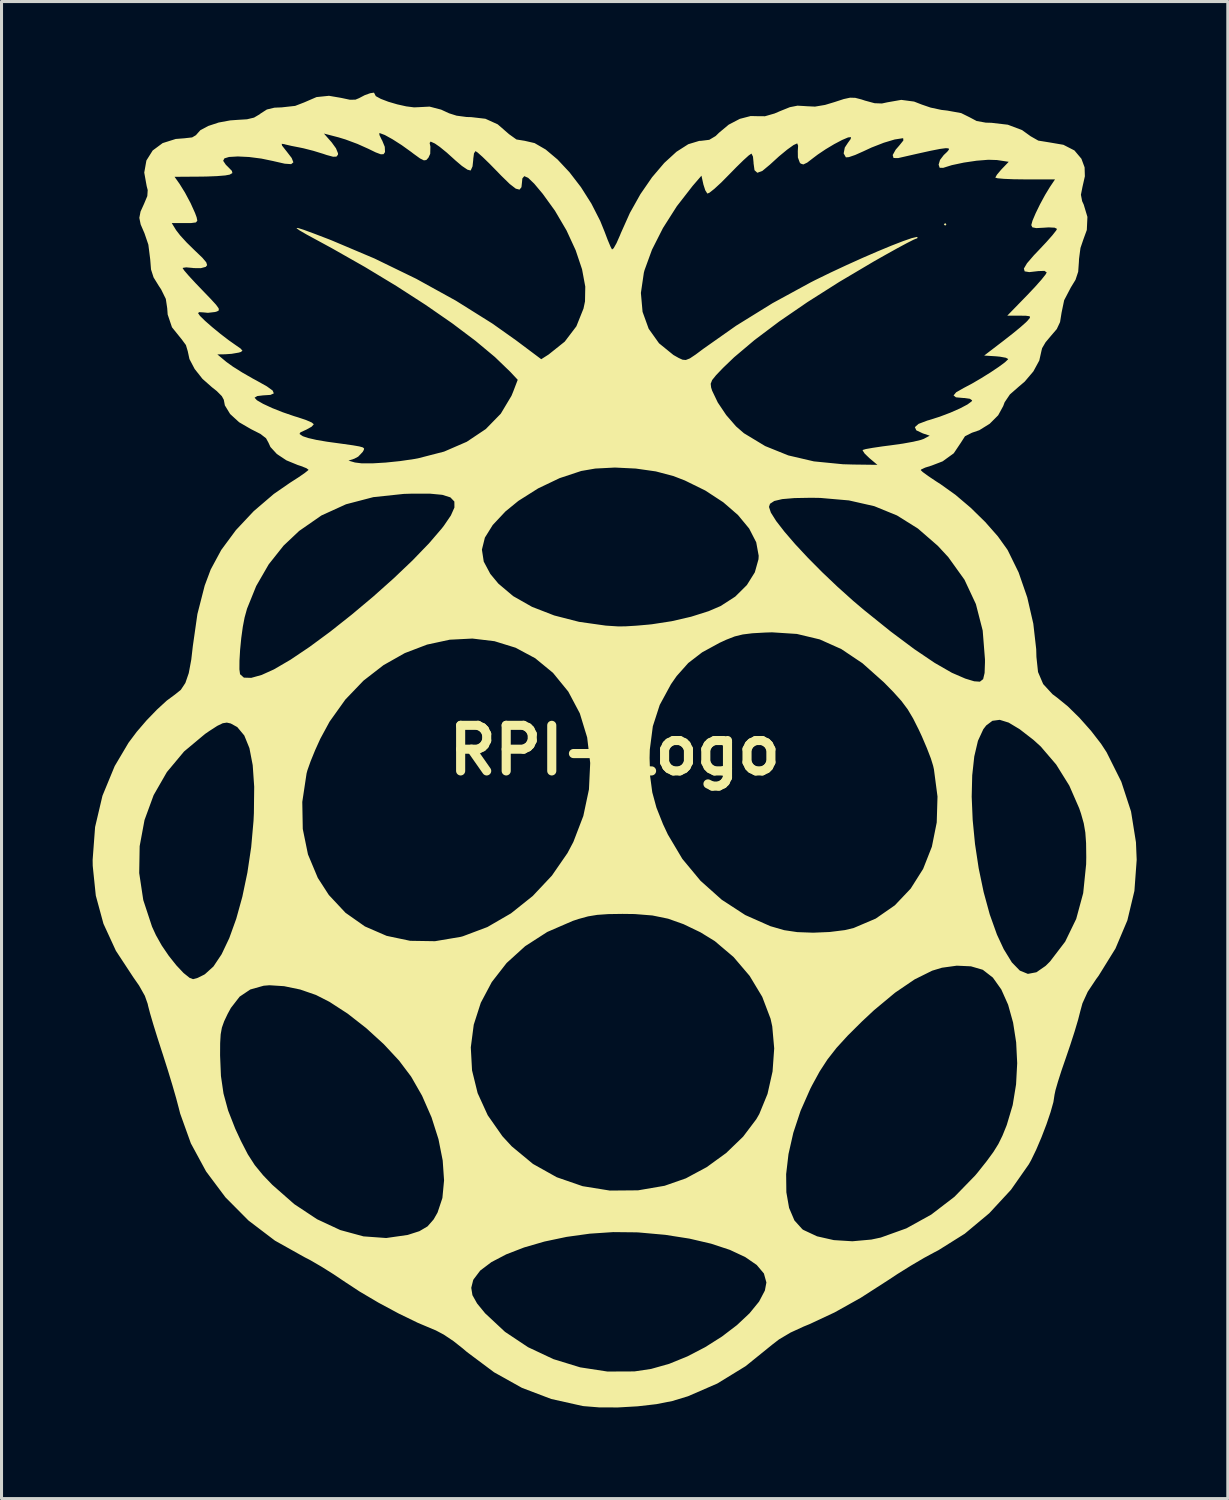
<source format=kicad_pcb>
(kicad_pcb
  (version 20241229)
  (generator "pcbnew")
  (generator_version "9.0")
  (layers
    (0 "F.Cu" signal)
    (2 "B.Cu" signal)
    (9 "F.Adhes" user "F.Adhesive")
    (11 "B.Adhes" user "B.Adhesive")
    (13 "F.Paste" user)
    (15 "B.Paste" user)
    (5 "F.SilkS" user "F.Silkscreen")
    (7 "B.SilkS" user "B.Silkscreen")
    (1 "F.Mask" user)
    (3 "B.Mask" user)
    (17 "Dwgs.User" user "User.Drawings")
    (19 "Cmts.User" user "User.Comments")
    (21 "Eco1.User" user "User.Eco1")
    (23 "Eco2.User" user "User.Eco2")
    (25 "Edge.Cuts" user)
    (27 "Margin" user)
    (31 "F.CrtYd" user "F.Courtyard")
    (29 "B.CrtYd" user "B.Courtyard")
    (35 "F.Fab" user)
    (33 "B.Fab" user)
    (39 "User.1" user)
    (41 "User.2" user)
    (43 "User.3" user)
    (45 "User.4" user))
  (footprint "RPI-Logo"
    (layer "F.Cu")
    (at 17.187 21.652)
    (property "Reference" "RPI-Logo" (at 0 0 0) (layer "F.SilkS") (effects (font (size 1.5 1.5) (thickness 0.3))))
    (attr board_only exclude_from_pos_files exclude_from_bom)
    (fp_poly (pts (xy 10.922 -17.314) (xy 10.88 -17.272) (xy 10.837 -17.314) (xy 10.88 -17.357)) (stroke (width 0) (type solid)) (fill yes) (layer "F.SilkS"))
    (fp_poly (pts (xy -7.903 -21.611) (xy -7.865 -21.537) (xy -7.7 -21.447) (xy -7.451 -21.352) (xy -7.158 -21.266) (xy -6.862 -21.2) (xy -6.605 -21.167) (xy -6.446 -21.174) (xy -6.094 -21.192) (xy -5.714 -21.093) (xy -5.452 -20.972) (xy -5.206 -20.894) (xy -4.876 -20.85) (xy -4.723 -20.846) (xy -4.256 -20.792) (xy -3.852 -20.609) (xy -3.476 -20.283) (xy -3.234 -20.11) (xy -2.961 -20.066) (xy -2.637 -19.991) (xy -2.271 -19.779) (xy -1.882 -19.452) (xy -1.489 -19.032) (xy -1.111 -18.541) (xy -0.768 -18) (xy -0.477 -17.43) (xy -0.335 -17.08) (xy -0.229 -16.801) (xy -0.139 -16.587) (xy -0.088 -16.488) (xy -0.034 -16.529) (xy 0.06 -16.696) (xy 0.175 -16.956) (xy 0.203 -17.026) (xy 0.501 -17.692) (xy 0.849 -18.312) (xy 1.231 -18.866) (xy 1.632 -19.337) (xy 2.035 -19.706) (xy 2.423 -19.954) (xy 2.782 -20.063) (xy 2.849 -20.066) (xy 3.115 -20.099) (xy 3.325 -20.224) (xy 3.434 -20.331) (xy 3.753 -20.597) (xy 4.12 -20.789) (xy 4.479 -20.882) (xy 4.694 -20.877) (xy 4.948 -20.875) (xy 5.262 -20.965) (xy 5.446 -21.044) (xy 5.766 -21.173) (xy 6.02 -21.223) (xy 6.283 -21.208) (xy 6.297 -21.206) (xy 6.595 -21.192) (xy 6.927 -21.248) (xy 7.239 -21.342) (xy 7.542 -21.441) (xy 7.749 -21.486) (xy 7.921 -21.481) (xy 8.122 -21.429) (xy 8.243 -21.389) (xy 8.557 -21.304) (xy 8.798 -21.295) (xy 8.974 -21.333) (xy 9.435 -21.414) (xy 9.857 -21.358) (xy 10.112 -21.259) (xy 10.401 -21.16) (xy 10.755 -21.084) (xy 10.946 -21.062) (xy 11.406 -20.979) (xy 11.683 -20.842) (xy 11.917 -20.718) (xy 12.217 -20.664) (xy 12.403 -20.659) (xy 12.944 -20.596) (xy 13.413 -20.419) (xy 13.693 -20.217) (xy 13.946 -20.073) (xy 14.299 -20.016) (xy 14.773 -19.935) (xy 15.136 -19.749) (xy 15.366 -19.476) (xy 15.471 -19.193) (xy 15.48 -18.898) (xy 15.4 -18.544) (xy 15.35 -18.29) (xy 15.39 -18.079) (xy 15.442 -17.967) (xy 15.564 -17.561) (xy 15.544 -17.13) (xy 15.432 -16.823) (xy 15.335 -16.538) (xy 15.287 -16.173) (xy 15.284 -16.087) (xy 15.26 -15.755) (xy 15.172 -15.49) (xy 15.019 -15.24) (xy 14.798 -14.817) (xy 14.713 -14.409) (xy 14.663 -14.098) (xy 14.555 -13.868) (xy 14.363 -13.644) (xy 14.185 -13.432) (xy 14.073 -13.24) (xy 14.053 -13.162) (xy 13.979 -12.832) (xy 13.784 -12.474) (xy 13.5 -12.139) (xy 13.31 -11.977) (xy 13.012 -11.716) (xy 12.838 -11.458) (xy 12.791 -11.332) (xy 12.626 -11.03) (xy 12.346 -10.75) (xy 12.004 -10.538) (xy 11.762 -10.455) (xy 11.533 -10.339) (xy 11.396 -10.125) (xy 11.163 -9.778) (xy 10.797 -9.513) (xy 10.438 -9.375) (xy 10.22 -9.306) (xy 10.09 -9.245) (xy 10.075 -9.226) (xy 10.142 -9.161) (xy 10.321 -9.03) (xy 10.581 -8.856) (xy 10.732 -8.759) (xy 11.218 -8.412) (xy 11.721 -7.985) (xy 12.2 -7.516) (xy 12.614 -7.046) (xy 12.923 -6.615) (xy 12.943 -6.582) (xy 13.298 -5.858) (xy 13.583 -5.034) (xy 13.782 -4.171) (xy 13.878 -3.328) (xy 13.885 -3.074) (xy 13.938 -2.577) (xy 14.107 -2.181) (xy 14.413 -1.848) (xy 14.568 -1.732) (xy 14.915 -1.45) (xy 15.302 -1.07) (xy 15.683 -0.641) (xy 16.014 -0.213) (xy 16.195 0.064) (xy 16.679 1.033) (xy 17 2.015) (xy 17.162 3.028) (xy 17.186 3.606) (xy 17.111 4.629) (xy 16.879 5.599) (xy 16.487 6.527) (xy 15.931 7.425) (xy 15.85 7.535) (xy 15.573 7.951) (xy 15.4 8.331) (xy 15.329 8.591) (xy 15.257 8.872) (xy 15.142 9.259) (xy 14.999 9.702) (xy 14.849 10.142) (xy 14.709 10.548) (xy 14.594 10.909) (xy 14.513 11.188) (xy 14.479 11.349) (xy 14.478 11.36) (xy 14.444 11.581) (xy 14.351 11.912) (xy 14.216 12.312) (xy 14.053 12.737) (xy 13.879 13.146) (xy 13.71 13.496) (xy 13.634 13.631) (xy 13.048 14.468) (xy 12.334 15.24) (xy 11.526 15.915) (xy 10.66 16.458) (xy 10.544 16.518) (xy 10.185 16.712) (xy 9.752 16.967) (xy 9.306 17.245) (xy 9.02 17.434) (xy 8.098 18.027) (xy 7.243 18.505) (xy 6.421 18.89) (xy 6.223 18.971) (xy 5.79 19.17) (xy 5.409 19.396) (xy 5.194 19.562) (xy 4.311 20.276) (xy 3.378 20.848) (xy 2.413 21.267) (xy 1.895 21.424) (xy 1.372 21.527) (xy 0.756 21.598) (xy 0.11 21.635) (xy -0.503 21.634) (xy -1.021 21.592) (xy -1.058 21.587) (xy -2.09 21.356) (xy -3.053 20.99) (xy -3.97 20.478) (xy -4.864 19.81) (xy -5.005 19.69) (xy -5.31 19.449) (xy -5.627 19.237) (xy -5.893 19.096) (xy -5.919 19.086) (xy -6.477 18.851) (xy -7.113 18.542) (xy -7.77 18.189) (xy -8.394 17.821) (xy -8.582 17.697) (xy -4.722 17.697) (xy -4.683 17.939) (xy -4.53 18.212) (xy -4.264 18.537) (xy -3.611 19.146) (xy -2.853 19.651) (xy -2.018 20.044) (xy -1.136 20.315) (xy -0.237 20.453) (xy 0.65 20.449) (xy 1.199 20.367) (xy 1.792 20.2) (xy 2.393 19.955) (xy 2.98 19.65) (xy 3.532 19.301) (xy 4.026 18.924) (xy 4.44 18.535) (xy 4.754 18.15) (xy 4.945 17.786) (xy 4.995 17.521) (xy 4.913 17.225) (xy 4.676 16.944) (xy 4.298 16.684) (xy 3.794 16.448) (xy 3.177 16.244) (xy 2.462 16.077) (xy 1.663 15.952) (xy 0.793 15.874) (xy 0.72 15.87) (xy -0.047 15.862) (xy -0.822 15.914) (xy -1.584 16.02) (xy -2.311 16.173) (xy -2.98 16.367) (xy -3.57 16.595) (xy -4.059 16.851) (xy -4.426 17.128) (xy -4.647 17.42) (xy -4.661 17.452) (xy -4.722 17.697) (xy -8.582 17.697) (xy -8.871 17.508) (xy -9.258 17.248) (xy -9.657 16.998) (xy -10.013 16.791) (xy -10.219 16.684) (xy -11.185 16.143) (xy -12.055 15.482) (xy -12.815 14.717) (xy -13.452 13.865) (xy -13.953 12.941) (xy -14.305 11.961) (xy -14.354 11.769) (xy -14.438 11.452) (xy -14.561 11.025) (xy -14.709 10.538) (xy -14.866 10.044) (xy -12.991 10.044) (xy -12.99 10.075) (xy -12.963 10.723) (xy -12.879 11.299) (xy -12.727 11.859) (xy -12.491 12.461) (xy -12.305 12.862) (xy -12.078 13.302) (xy -11.85 13.656) (xy -11.576 13.99) (xy -11.273 14.305) (xy -10.55 14.941) (xy -9.798 15.439) (xy -9.034 15.795) (xy -8.27 16.003) (xy -7.522 16.057) (xy -6.815 15.956) (xy -6.429 15.832) (xy -6.161 15.674) (xy -5.961 15.445) (xy -5.832 15.22) (xy -5.672 14.74) (xy -5.617 14.159) (xy -5.662 13.505) (xy -5.801 12.803) (xy -6.03 12.083) (xy -6.342 11.371) (xy -6.701 10.744) (xy -7.098 10.217) (xy -7.503 9.781) (xy -4.737 9.781) (xy -4.696 10.538) (xy -4.512 11.287) (xy -4.18 12.015) (xy -3.697 12.705) (xy -3.389 13.039) (xy -2.69 13.618) (xy -1.907 14.056) (xy -1.057 14.35) (xy -0.159 14.495) (xy 0.77 14.487) (xy 1.644 14.337) (xy 2.343 14.093) (xy 2.601 13.954) (xy 5.645 13.954) (xy 5.652 14.551) (xy 5.742 15.066) (xy 5.918 15.479) (xy 6.179 15.768) (xy 6.213 15.791) (xy 6.662 16.001) (xy 7.214 16.126) (xy 7.825 16.164) (xy 8.45 16.108) (xy 8.76 16.042) (xy 9.604 15.739) (xy 10.422 15.286) (xy 11.186 14.7) (xy 11.867 14) (xy 11.942 13.911) (xy 12.248 13.526) (xy 12.469 13.224) (xy 12.633 12.96) (xy 12.766 12.689) (xy 12.897 12.366) (xy 12.913 12.322) (xy 13.104 11.68) (xy 13.215 10.998) (xy 13.252 10.301) (xy 13.218 9.615) (xy 13.117 8.965) (xy 12.953 8.376) (xy 12.729 7.874) (xy 12.451 7.483) (xy 12.122 7.228) (xy 12.11 7.223) (xy 11.729 7.112) (xy 11.264 7.091) (xy 10.776 7.158) (xy 10.452 7.256) (xy 9.874 7.543) (xy 9.234 7.978) (xy 8.537 8.558) (xy 8.143 8.926) (xy 7.671 9.395) (xy 7.302 9.799) (xy 7.005 10.179) (xy 6.748 10.574) (xy 6.502 11.024) (xy 6.44 11.145) (xy 6.12 11.87) (xy 5.881 12.593) (xy 5.722 13.295) (xy 5.645 13.954) (xy 2.601 13.954) (xy 3.031 13.723) (xy 3.672 13.257) (xy 4.228 12.721) (xy 4.663 12.145) (xy 4.761 11.974) (xy 5.032 11.313) (xy 5.198 10.574) (xy 5.252 9.815) (xy 5.188 9.09) (xy 5.132 8.837) (xy 4.858 8.116) (xy 4.443 7.427) (xy 3.913 6.805) (xy 3.296 6.282) (xy 2.826 5.993) (xy 2.266 5.724) (xy 1.759 5.544) (xy 1.243 5.438) (xy 0.659 5.391) (xy 0.254 5.386) (xy -0.216 5.393) (xy -0.574 5.418) (xy -0.878 5.468) (xy -1.184 5.552) (xy -1.378 5.616) (xy -2.22 5.981) (xy -2.947 6.449) (xy -3.558 7.003) (xy -4.046 7.63) (xy -4.408 8.312) (xy -4.64 9.034) (xy -4.737 9.781) (xy -7.503 9.781) (xy -7.605 9.672) (xy -8.183 9.145) (xy -8.791 8.67) (xy -9.389 8.282) (xy -9.835 8.055) (xy -10.353 7.876) (xy -10.883 7.766) (xy -11.365 7.735) (xy -11.557 7.751) (xy -11.997 7.875) (xy -12.347 8.11) (xy -12.635 8.482) (xy -12.742 8.678) (xy -12.858 8.923) (xy -12.932 9.131) (xy -12.972 9.353) (xy -12.989 9.641) (xy -12.991 10.044) (xy -14.866 10.044) (xy -14.867 10.04) (xy -14.911 9.906) (xy -15.058 9.449) (xy -15.19 9.023) (xy -15.295 8.665) (xy -15.361 8.414) (xy -15.374 8.35) (xy -15.468 8.083) (xy -15.658 7.746) (xy -15.848 7.473) (xy -16.421 6.601) (xy -16.831 5.71) (xy -17.083 4.783) (xy -17.16 4.041) (xy -15.654 4.041) (xy -15.52 4.931) (xy -15.232 5.806) (xy -15.104 6.085) (xy -14.913 6.425) (xy -14.68 6.767) (xy -14.432 7.079) (xy -14.194 7.332) (xy -13.993 7.493) (xy -13.88 7.535) (xy -13.73 7.493) (xy -13.522 7.39) (xy -13.49 7.371) (xy -13.21 7.118) (xy -12.941 6.715) (xy -12.689 6.185) (xy -12.459 5.546) (xy -12.258 4.82) (xy -12.092 4.026) (xy -11.967 3.187) (xy -11.89 2.32) (xy -11.878 2.066) (xy -11.874 1.699) (xy -10.285 1.699) (xy -10.269 2.59) (xy -10.098 3.427) (xy -9.774 4.201) (xy -9.411 4.763) (xy -8.863 5.349) (xy -8.223 5.799) (xy -7.508 6.109) (xy -6.734 6.272) (xy -5.916 6.285) (xy -5.07 6.142) (xy -4.999 6.123) (xy -4.191 5.819) (xy -3.415 5.369) (xy -2.698 4.797) (xy -2.068 4.127) (xy -1.553 3.382) (xy -1.36 3.017) (xy -1.032 2.161) (xy -0.847 1.288) (xy -0.806 0.418) (xy -0.825 0.254) (xy 1.149 0.254) (xy 1.168 0.86) (xy 1.238 1.384) (xy 1.375 1.888) (xy 1.591 2.432) (xy 1.751 2.773) (xy 2.227 3.574) (xy 2.827 4.297) (xy 3.525 4.92) (xy 4.299 5.424) (xy 5.125 5.79) (xy 5.581 5.922) (xy 6.012 5.986) (xy 6.535 6.005) (xy 7.078 5.982) (xy 7.575 5.92) (xy 7.866 5.851) (xy 8.594 5.541) (xy 9.223 5.104) (xy 9.745 4.554) (xy 10.155 3.905) (xy 10.443 3.174) (xy 10.603 2.375) (xy 10.628 1.529) (xy 11.754 1.529) (xy 11.786 2.291) (xy 11.863 3.085) (xy 11.984 3.885) (xy 12.147 4.666) (xy 12.348 5.403) (xy 12.586 6.069) (xy 12.808 6.546) (xy 13.076 6.983) (xy 13.339 7.253) (xy 13.604 7.361) (xy 13.884 7.308) (xy 14.187 7.098) (xy 14.333 6.953) (xy 14.831 6.301) (xy 15.195 5.551) (xy 15.425 4.702) (xy 15.522 3.75) (xy 15.526 3.514) (xy 15.52 3.055) (xy 15.495 2.705) (xy 15.443 2.403) (xy 15.354 2.088) (xy 15.293 1.908) (xy 14.967 1.162) (xy 14.535 0.468) (xy 14.027 -0.125) (xy 13.786 -0.344) (xy 13.335 -0.693) (xy 12.971 -0.912) (xy 12.677 -1.003) (xy 12.436 -0.971) (xy 12.232 -0.818) (xy 12.136 -0.693) (xy 11.96 -0.313) (xy 11.839 0.201) (xy 11.771 0.824) (xy 11.754 1.529) (xy 10.628 1.529) (xy 10.628 1.521) (xy 10.511 0.629) (xy 10.484 0.508) (xy 10.409 0.266) (xy 10.278 -0.073) (xy 10.115 -0.455) (xy 10.013 -0.675) (xy 9.826 -1.047) (xy 9.647 -1.348) (xy 9.44 -1.625) (xy 9.172 -1.923) (xy 8.858 -2.243) (xy 8.158 -2.866) (xy 7.463 -3.332) (xy 6.751 -3.651) (xy 5.998 -3.831) (xy 5.181 -3.884) (xy 4.955 -3.877) (xy 4.531 -3.853) (xy 4.217 -3.814) (xy 3.952 -3.749) (xy 3.678 -3.642) (xy 3.456 -3.54) (xy 2.879 -3.225) (xy 2.422 -2.873) (xy 2.04 -2.444) (xy 1.853 -2.175) (xy 1.483 -1.493) (xy 1.256 -0.791) (xy 1.156 -0.021) (xy 1.149 0.254) (xy -0.825 0.254) (xy -0.906 -0.424) (xy -1.148 -1.217) (xy -1.527 -1.932) (xy -2.031 -2.55) (xy -2.615 -3.03) (xy -3.262 -3.377) (xy -3.957 -3.592) (xy -4.685 -3.679) (xy -5.431 -3.641) (xy -6.177 -3.48) (xy -6.91 -3.2) (xy -7.612 -2.803) (xy -8.27 -2.293) (xy -8.866 -1.672) (xy -9.386 -0.944) (xy -9.691 -0.381) (xy -9.861 -0.006) (xy -10.01 0.359) (xy -10.116 0.658) (xy -10.144 0.762) (xy -10.285 1.699) (xy -11.874 1.699) (xy -11.868 1.201) (xy -11.917 0.49) (xy -12.025 -0.071) (xy -12.194 -0.487) (xy -12.425 -0.764) (xy -12.64 -0.883) (xy -12.769 -0.912) (xy -12.904 -0.891) (xy -13.082 -0.805) (xy -13.342 -0.637) (xy -13.484 -0.54) (xy -14.177 0.039) (xy -14.743 0.717) (xy -15.179 1.476) (xy -15.479 2.295) (xy -15.639 3.156) (xy -15.654 4.041) (xy -17.16 4.041) (xy -17.184 3.802) (xy -17.187 3.606) (xy -17.106 2.525) (xy -16.864 1.497) (xy -16.461 0.52) (xy -16.006 -0.248) (xy -15.737 -0.607) (xy -15.413 -0.984) (xy -15.07 -1.339) (xy -14.748 -1.635) (xy -14.484 -1.83) (xy -14.481 -1.832) (xy -14.284 -1.99) (xy -14.134 -2.217) (xy -14.023 -2.54) (xy -13.999 -2.666) (xy -12.355 -2.666) (xy -12.334 -2.505) (xy -12.207 -2.392) (xy -11.965 -2.385) (xy -11.622 -2.481) (xy -11.218 -2.664) (xy -10.673 -2.982) (xy -10.046 -3.404) (xy -9.365 -3.906) (xy -8.658 -4.466) (xy -7.951 -5.059) (xy -7.274 -5.663) (xy -6.653 -6.254) (xy -6.313 -6.607) (xy -4.371 -6.607) (xy -4.311 -6.213) (xy -4.095 -5.808) (xy -3.829 -5.487) (xy -3.344 -5.077) (xy -2.723 -4.724) (xy -1.99 -4.439) (xy -1.172 -4.229) (xy -0.293 -4.105) (xy 0.127 -4.078) (xy 0.369 -4.082) (xy 0.715 -4.103) (xy 1.104 -4.137) (xy 1.228 -4.15) (xy 1.877 -4.25) (xy 2.517 -4.398) (xy 3.092 -4.58) (xy 3.489 -4.75) (xy 3.97 -5.061) (xy 4.352 -5.44) (xy 4.614 -5.859) (xy 4.735 -6.291) (xy 4.741 -6.405) (xy 4.66 -6.848) (xy 4.428 -7.3) (xy 4.06 -7.745) (xy 3.752 -8.013) (xy 5.08 -8.013) (xy 5.142 -7.826) (xy 5.317 -7.548) (xy 5.59 -7.196) (xy 5.944 -6.785) (xy 6.364 -6.335) (xy 6.833 -5.862) (xy 7.336 -5.384) (xy 7.856 -4.917) (xy 8.213 -4.615) (xy 9.088 -3.911) (xy 9.863 -3.332) (xy 10.535 -2.878) (xy 11.102 -2.552) (xy 11.543 -2.361) (xy 11.835 -2.272) (xy 12.024 -2.259) (xy 12.131 -2.343) (xy 12.179 -2.547) (xy 12.191 -2.893) (xy 12.191 -2.994) (xy 12.116 -3.943) (xy 11.892 -4.814) (xy 11.516 -5.617) (xy 10.982 -6.361) (xy 10.635 -6.735) (xy 9.983 -7.301) (xy 9.294 -7.732) (xy 8.545 -8.038) (xy 7.712 -8.227) (xy 6.769 -8.309) (xy 6.468 -8.314) (xy 5.916 -8.304) (xy 5.516 -8.27) (xy 5.254 -8.208) (xy 5.114 -8.116) (xy 5.08 -8.013) (xy 3.752 -8.013) (xy 3.573 -8.167) (xy 2.984 -8.552) (xy 2.309 -8.884) (xy 1.931 -9.03) (xy 1.355 -9.182) (xy 0.694 -9.276) (xy 0.008 -9.309) (xy -0.638 -9.276) (xy -1.102 -9.196) (xy -1.811 -8.961) (xy -2.521 -8.622) (xy -3.171 -8.211) (xy -3.596 -7.864) (xy -4.015 -7.417) (xy -4.273 -7.003) (xy -4.371 -6.607) (xy -6.313 -6.607) (xy -6.117 -6.809) (xy -5.692 -7.304) (xy -5.622 -7.395) (xy -5.393 -7.731) (xy -5.276 -7.993) (xy -5.278 -8.19) (xy -5.409 -8.327) (xy -5.677 -8.411) (xy -6.09 -8.45) (xy -6.659 -8.45) (xy -6.943 -8.441) (xy -7.945 -8.335) (xy -8.845 -8.1) (xy -9.655 -7.731) (xy -10.388 -7.222) (xy -10.902 -6.737) (xy -11.39 -6.122) (xy -11.802 -5.409) (xy -12.104 -4.662) (xy -12.184 -4.373) (xy -12.243 -4.067) (xy -12.294 -3.697) (xy -12.332 -3.309) (xy -12.353 -2.95) (xy -12.355 -2.666) (xy -13.999 -2.666) (xy -13.94 -2.984) (xy -13.888 -3.433) (xy -13.738 -4.485) (xy -13.498 -5.422) (xy -13.3 -5.952) (xy -12.952 -6.597) (xy -12.47 -7.249) (xy -11.883 -7.874) (xy -11.223 -8.439) (xy -10.689 -8.808) (xy -10.412 -8.986) (xy -10.201 -9.132) (xy -10.089 -9.222) (xy -10.079 -9.236) (xy -10.15 -9.288) (xy -10.333 -9.36) (xy -10.435 -9.393) (xy -10.807 -9.546) (xy -11.121 -9.754) (xy -11.334 -9.986) (xy -11.397 -10.125) (xy -11.478 -10.273) (xy -11.663 -10.416) (xy -11.976 -10.575) (xy -12.365 -10.801) (xy -12.66 -11.071) (xy -12.834 -11.356) (xy -12.869 -11.541) (xy -12.934 -11.66) (xy -13.1 -11.827) (xy -13.259 -11.953) (xy -13.571 -12.229) (xy -13.828 -12.554) (xy -14 -12.881) (xy -14.055 -13.137) (xy -14.116 -13.342) (xy -14.267 -13.546) (xy -14.274 -13.553) (xy -14.575 -13.927) (xy -14.717 -14.348) (xy -14.732 -14.556) (xy -14.778 -14.861) (xy -14.933 -15.176) (xy -15.007 -15.287) (xy -15.181 -15.569) (xy -15.265 -15.83) (xy -15.291 -16.157) (xy -15.353 -16.648) (xy -15.479 -17.018) (xy -15.606 -17.313) (xy -15.615 -17.357) (xy -14.582 -17.357) (xy -14.439 -17.124) (xy -14.306 -16.952) (xy -14.09 -16.716) (xy -13.836 -16.467) (xy -13.815 -16.447) (xy -13.574 -16.216) (xy -13.447 -16.066) (xy -13.418 -15.973) (xy -13.462 -15.917) (xy -13.625 -15.873) (xy -13.863 -15.876) (xy -13.906 -15.882) (xy -14.109 -15.9) (xy -14.218 -15.883) (xy -14.224 -15.873) (xy -14.168 -15.791) (xy -14.018 -15.617) (xy -13.796 -15.377) (xy -13.578 -15.15) (xy -13.298 -14.859) (xy -13.122 -14.667) (xy -13.038 -14.549) (xy -13.032 -14.484) (xy -13.091 -14.449) (xy -13.156 -14.43) (xy -13.391 -14.403) (xy -13.548 -14.418) (xy -13.682 -14.425) (xy -13.716 -14.392) (xy -13.654 -14.303) (xy -13.488 -14.14) (xy -13.253 -13.934) (xy -12.981 -13.711) (xy -12.706 -13.5) (xy -12.506 -13.359) (xy -12.316 -13.227) (xy -12.255 -13.156) (xy -12.307 -13.114) (xy -12.379 -13.093) (xy -12.613 -13.053) (xy -12.827 -13.038) (xy -13.081 -13.034) (xy -12.785 -12.787) (xy -12.571 -12.633) (xy -12.262 -12.438) (xy -11.913 -12.238) (xy -11.797 -12.176) (xy -11.451 -11.982) (xy -11.26 -11.843) (xy -11.222 -11.751) (xy -11.333 -11.701) (xy -11.578 -11.685) (xy -11.766 -11.663) (xy -11.853 -11.611) (xy -11.853 -11.605) (xy -11.778 -11.524) (xy -11.576 -11.407) (xy -11.282 -11.27) (xy -10.93 -11.13) (xy -10.554 -11.001) (xy -10.435 -10.965) (xy -10.165 -10.875) (xy -9.974 -10.792) (xy -9.906 -10.735) (xy -9.976 -10.655) (xy -10.147 -10.559) (xy -10.174 -10.547) (xy -10.346 -10.468) (xy -10.377 -10.414) (xy -10.282 -10.35) (xy -10.263 -10.339) (xy -10.095 -10.282) (xy -9.815 -10.218) (xy -9.479 -10.161) (xy -9.424 -10.153) (xy -8.948 -10.088) (xy -8.617 -10.041) (xy -8.405 -10.004) (xy -8.291 -9.972) (xy -8.25 -9.937) (xy -8.258 -9.892) (xy -8.292 -9.83) (xy -8.296 -9.823) (xy -8.444 -9.668) (xy -8.572 -9.6) (xy -8.763 -9.537) (xy -8.551 -9.475) (xy -8.325 -9.447) (xy -7.973 -9.447) (xy -7.539 -9.473) (xy -7.063 -9.522) (xy -6.587 -9.592) (xy -6.477 -9.612) (xy -5.616 -9.834) (xy -4.869 -10.158) (xy -4.244 -10.576) (xy -3.75 -11.082) (xy -3.398 -11.67) (xy -3.341 -11.809) (xy -3.192 -12.198) (xy -3.437 -12.46) (xy -3.941 -12.946) (xy -4.585 -13.483) (xy -5.352 -14.06) (xy -6.224 -14.664) (xy -7.186 -15.285) (xy -8.218 -15.909) (xy -9.306 -16.527) (xy -9.766 -16.777) (xy -10.14 -16.98) (xy -10.378 -17.118) (xy -10.477 -17.19) (xy -10.432 -17.197) (xy -10.242 -17.138) (xy -9.902 -17.013) (xy -9.409 -16.824) (xy -9.313 -16.786) (xy -7.907 -16.191) (xy -6.533 -15.523) (xy -5.227 -14.802) (xy -4.027 -14.05) (xy -3.248 -13.498) (xy -2.418 -12.876) (xy -2.177 -13.029) (xy -1.645 -13.454) (xy -1.261 -13.959) (xy -1.026 -14.545) (xy -0.977 -14.779) (xy -0.972 -15.057) (xy 0.863 -15.057) (xy 0.918 -14.436) (xy 1.119 -13.879) (xy 1.46 -13.4) (xy 1.935 -13.014) (xy 2.109 -12.916) (xy 2.234 -12.859) (xy 2.343 -12.85) (xy 2.475 -12.902) (xy 2.668 -13.031) (xy 2.914 -13.215) (xy 3.999 -13.979) (xy 5.196 -14.72) (xy 6.451 -15.404) (xy 6.604 -15.482) (xy 7.11 -15.729) (xy 7.637 -15.975) (xy 8.162 -16.212) (xy 8.661 -16.428) (xy 9.112 -16.615) (xy 9.491 -16.762) (xy 9.776 -16.861) (xy 9.942 -16.9) (xy 9.973 -16.895) (xy 9.957 -16.851) (xy 9.934 -16.849) (xy 9.836 -16.808) (xy 9.618 -16.697) (xy 9.302 -16.527) (xy 8.916 -16.312) (xy 8.531 -16.094) (xy 7.393 -15.42) (xy 6.35 -14.758) (xy 5.417 -14.118) (xy 4.607 -13.509) (xy 3.933 -12.94) (xy 3.566 -12.588) (xy 3.338 -12.35) (xy 3.209 -12.19) (xy 3.161 -12.068) (xy 3.175 -11.944) (xy 3.208 -11.84) (xy 3.394 -11.451) (xy 3.672 -11.037) (xy 3.995 -10.665) (xy 4.255 -10.439) (xy 4.955 -10.016) (xy 5.715 -9.709) (xy 6.559 -9.512) (xy 7.512 -9.418) (xy 7.859 -9.408) (xy 8.649 -9.398) (xy 8.385 -9.62) (xy 8.231 -9.768) (xy 8.164 -9.871) (xy 8.167 -9.888) (xy 8.265 -9.917) (xy 8.495 -9.958) (xy 8.818 -10.006) (xy 9.098 -10.042) (xy 9.487 -10.097) (xy 9.831 -10.159) (xy 10.082 -10.219) (xy 10.177 -10.254) (xy 10.371 -10.358) (xy 10.146 -10.433) (xy 9.93 -10.535) (xy 9.883 -10.639) (xy 10.005 -10.747) (xy 10.296 -10.857) (xy 10.351 -10.872) (xy 10.701 -10.983) (xy 11.052 -11.116) (xy 11.369 -11.256) (xy 11.614 -11.385) (xy 11.752 -11.487) (xy 11.769 -11.521) (xy 11.694 -11.573) (xy 11.512 -11.599) (xy 11.477 -11.599) (xy 11.236 -11.621) (xy 11.157 -11.684) (xy 11.243 -11.787) (xy 11.492 -11.929) (xy 11.498 -11.932) (xy 11.766 -12.074) (xy 12.07 -12.252) (xy 12.376 -12.443) (xy 12.647 -12.625) (xy 12.85 -12.775) (xy 12.95 -12.87) (xy 12.954 -12.883) (xy 12.878 -12.924) (xy 12.685 -12.959) (xy 12.56 -12.971) (xy 12.165 -12.996) (xy 12.797 -13.48) (xy 13.095 -13.713) (xy 13.356 -13.927) (xy 13.539 -14.089) (xy 13.586 -14.136) (xy 13.672 -14.239) (xy 13.664 -14.29) (xy 13.536 -14.307) (xy 13.333 -14.309) (xy 12.925 -14.309) (xy 13.574 -14.976) (xy 13.837 -15.254) (xy 14.049 -15.493) (xy 14.185 -15.663) (xy 14.224 -15.733) (xy 14.149 -15.784) (xy 13.948 -15.777) (xy 13.931 -15.775) (xy 13.651 -15.743) (xy 13.498 -15.768) (xy 13.472 -15.86) (xy 13.574 -16.033) (xy 13.803 -16.299) (xy 13.958 -16.461) (xy 14.21 -16.729) (xy 14.411 -16.956) (xy 14.535 -17.113) (xy 14.563 -17.166) (xy 14.486 -17.206) (xy 14.286 -17.216) (xy 14.139 -17.206) (xy 13.88 -17.192) (xy 13.751 -17.218) (xy 13.716 -17.291) (xy 13.716 -17.292) (xy 13.756 -17.438) (xy 13.86 -17.682) (xy 14.005 -17.979) (xy 14.169 -18.282) (xy 14.328 -18.544) (xy 14.341 -18.563) (xy 14.497 -18.796) (xy 13.514 -18.796) (xy 13.129 -18.801) (xy 12.814 -18.814) (xy 12.604 -18.833) (xy 12.531 -18.855) (xy 12.584 -18.949) (xy 12.716 -19.106) (xy 12.752 -19.145) (xy 12.973 -19.375) (xy 12.587 -19.433) (xy 12.301 -19.442) (xy 11.916 -19.411) (xy 11.495 -19.349) (xy 11.1 -19.265) (xy 10.816 -19.176) (xy 10.7 -19.178) (xy 10.665 -19.281) (xy 10.711 -19.436) (xy 10.833 -19.596) (xy 10.837 -19.6) (xy 10.947 -19.704) (xy 11.005 -19.776) (xy 10.995 -19.817) (xy 10.901 -19.824) (xy 10.706 -19.798) (xy 10.396 -19.737) (xy 9.953 -19.639) (xy 9.362 -19.504) (xy 9.335 -19.497) (xy 9.181 -19.5) (xy 9.153 -19.598) (xy 9.251 -19.774) (xy 9.372 -19.913) (xy 9.504 -20.077) (xy 9.499 -20.148) (xy 9.477 -20.15) (xy 9.218 -20.11) (xy 8.861 -20.003) (xy 8.456 -19.845) (xy 8.183 -19.718) (xy 7.918 -19.6) (xy 7.711 -19.529) (xy 7.612 -19.521) (xy 7.539 -19.652) (xy 7.576 -19.844) (xy 7.676 -19.996) (xy 7.77 -20.126) (xy 7.78 -20.188) (xy 7.683 -20.177) (xy 7.486 -20.093) (xy 7.228 -19.957) (xy 6.949 -19.79) (xy 6.688 -19.615) (xy 6.549 -19.51) (xy 6.338 -19.348) (xy 6.211 -19.288) (xy 6.126 -19.315) (xy 6.095 -19.347) (xy 6.032 -19.517) (xy 6.029 -19.727) (xy 6.039 -19.904) (xy 6.01 -19.981) (xy 6.008 -19.981) (xy 5.888 -19.926) (xy 5.679 -19.776) (xy 5.412 -19.556) (xy 5.119 -19.289) (xy 5.109 -19.28) (xy 4.862 -19.075) (xy 4.697 -19.014) (xy 4.604 -19.098) (xy 4.572 -19.328) (xy 4.572 -19.351) (xy 4.553 -19.545) (xy 4.507 -19.641) (xy 4.499 -19.643) (xy 4.414 -19.585) (xy 4.24 -19.428) (xy 4.005 -19.198) (xy 3.775 -18.963) (xy 3.509 -18.694) (xy 3.281 -18.484) (xy 3.118 -18.356) (xy 3.051 -18.329) (xy 2.983 -18.436) (xy 2.919 -18.634) (xy 2.917 -18.646) (xy 2.857 -18.918) (xy 2.567 -18.582) (xy 2.044 -17.909) (xy 1.59 -17.195) (xy 1.228 -16.48) (xy 0.983 -15.808) (xy 0.961 -15.726) (xy 0.863 -15.057) (xy -0.972 -15.057) (xy -0.968 -15.265) (xy -1.074 -15.836) (xy -1.284 -16.462) (xy -1.585 -17.115) (xy -1.967 -17.765) (xy -2.369 -18.321) (xy -2.649 -18.655) (xy -2.849 -18.847) (xy -2.976 -18.903) (xy -3.04 -18.827) (xy -3.049 -18.728) (xy -3.069 -18.539) (xy -3.133 -18.459) (xy -3.256 -18.491) (xy -3.453 -18.643) (xy -3.736 -18.919) (xy -3.853 -19.04) (xy -4.122 -19.315) (xy -4.352 -19.538) (xy -4.515 -19.683) (xy -4.583 -19.727) (xy -4.632 -19.653) (xy -4.656 -19.47) (xy -4.657 -19.436) (xy -4.68 -19.224) (xy -4.738 -19.095) (xy -4.746 -19.089) (xy -4.847 -19.116) (xy -5.028 -19.238) (xy -5.254 -19.43) (xy -5.277 -19.452) (xy -5.528 -19.678) (xy -5.76 -19.867) (xy -5.919 -19.977) (xy -6.06 -20.041) (xy -6.092 -19.994) (xy -6.067 -19.877) (xy -6.073 -19.638) (xy -6.131 -19.512) (xy -6.201 -19.434) (xy -6.281 -19.422) (xy -6.409 -19.486) (xy -6.622 -19.64) (xy -6.7 -19.7) (xy -7.012 -19.924) (xy -7.314 -20.117) (xy -7.567 -20.257) (xy -7.732 -20.319) (xy -7.748 -20.32) (xy -7.745 -20.257) (xy -7.671 -20.103) (xy -7.654 -20.075) (xy -7.569 -19.868) (xy -7.561 -19.699) (xy -7.563 -19.692) (xy -7.609 -19.626) (xy -7.7 -19.622) (xy -7.87 -19.686) (xy -8.11 -19.803) (xy -8.469 -19.964) (xy -8.862 -20.11) (xy -9.088 -20.179) (xy -9.572 -20.305) (xy -9.318 -20.016) (xy -9.175 -19.818) (xy -9.108 -19.653) (xy -9.111 -19.607) (xy -9.162 -19.545) (xy -9.272 -19.542) (xy -9.483 -19.599) (xy -9.595 -19.637) (xy -9.921 -19.737) (xy -10.246 -19.82) (xy -10.372 -19.846) (xy -10.633 -19.897) (xy -10.846 -19.946) (xy -10.875 -19.955) (xy -10.963 -19.968) (xy -10.951 -19.909) (xy -10.831 -19.755) (xy -10.812 -19.732) (xy -10.634 -19.5) (xy -10.578 -19.358) (xy -10.651 -19.298) (xy -10.863 -19.313) (xy -11.224 -19.395) (xy -11.238 -19.399) (xy -11.632 -19.481) (xy -12.036 -19.533) (xy -12.407 -19.551) (xy -12.697 -19.534) (xy -12.849 -19.488) (xy -12.89 -19.408) (xy -12.802 -19.278) (xy -12.739 -19.216) (xy -12.603 -19.077) (xy -12.586 -19.004) (xy -12.675 -18.953) (xy -12.822 -18.926) (xy -13.094 -18.904) (xy -13.443 -18.89) (xy -13.658 -18.887) (xy -14.49 -18.881) (xy -14.325 -18.648) (xy -14.146 -18.359) (xy -13.962 -18.014) (xy -13.815 -17.688) (xy -13.763 -17.547) (xy -13.741 -17.436) (xy -13.787 -17.379) (xy -13.939 -17.359) (xy -14.143 -17.357) (xy -14.582 -17.357) (xy -15.615 -17.357) (xy -15.65 -17.53) (xy -15.61 -17.736) (xy -15.493 -17.994) (xy -15.387 -18.247) (xy -15.374 -18.444) (xy -15.408 -18.575) (xy -15.488 -19.02) (xy -15.417 -19.418) (xy -15.21 -19.748) (xy -14.882 -19.991) (xy -14.45 -20.127) (xy -14.17 -20.149) (xy -13.911 -20.178) (xy -13.779 -20.256) (xy -13.774 -20.267) (xy -13.64 -20.416) (xy -13.38 -20.555) (xy -13.038 -20.668) (xy -12.659 -20.738) (xy -12.442 -20.754) (xy -12.104 -20.775) (xy -11.874 -20.83) (xy -11.692 -20.937) (xy -11.656 -20.966) (xy -11.451 -21.097) (xy -11.202 -21.157) (xy -10.963 -21.167) (xy -10.519 -21.216) (xy -10.228 -21.328) (xy -9.816 -21.506) (xy -9.406 -21.548) (xy -9.009 -21.48) (xy -8.722 -21.419) (xy -8.537 -21.42) (xy -8.417 -21.47) (xy -8.23 -21.568) (xy -8.05 -21.633) (xy -7.925 -21.652)) (stroke (width 0) (type solid)) (fill yes) (layer "F.SilkS")))
  (gr_rect
    (start -3 -3)
    (end 37.373 46.287)
    (stroke (width 0.1) (type default))
    (fill no)
    (layer "Edge.Cuts")))
</source>
